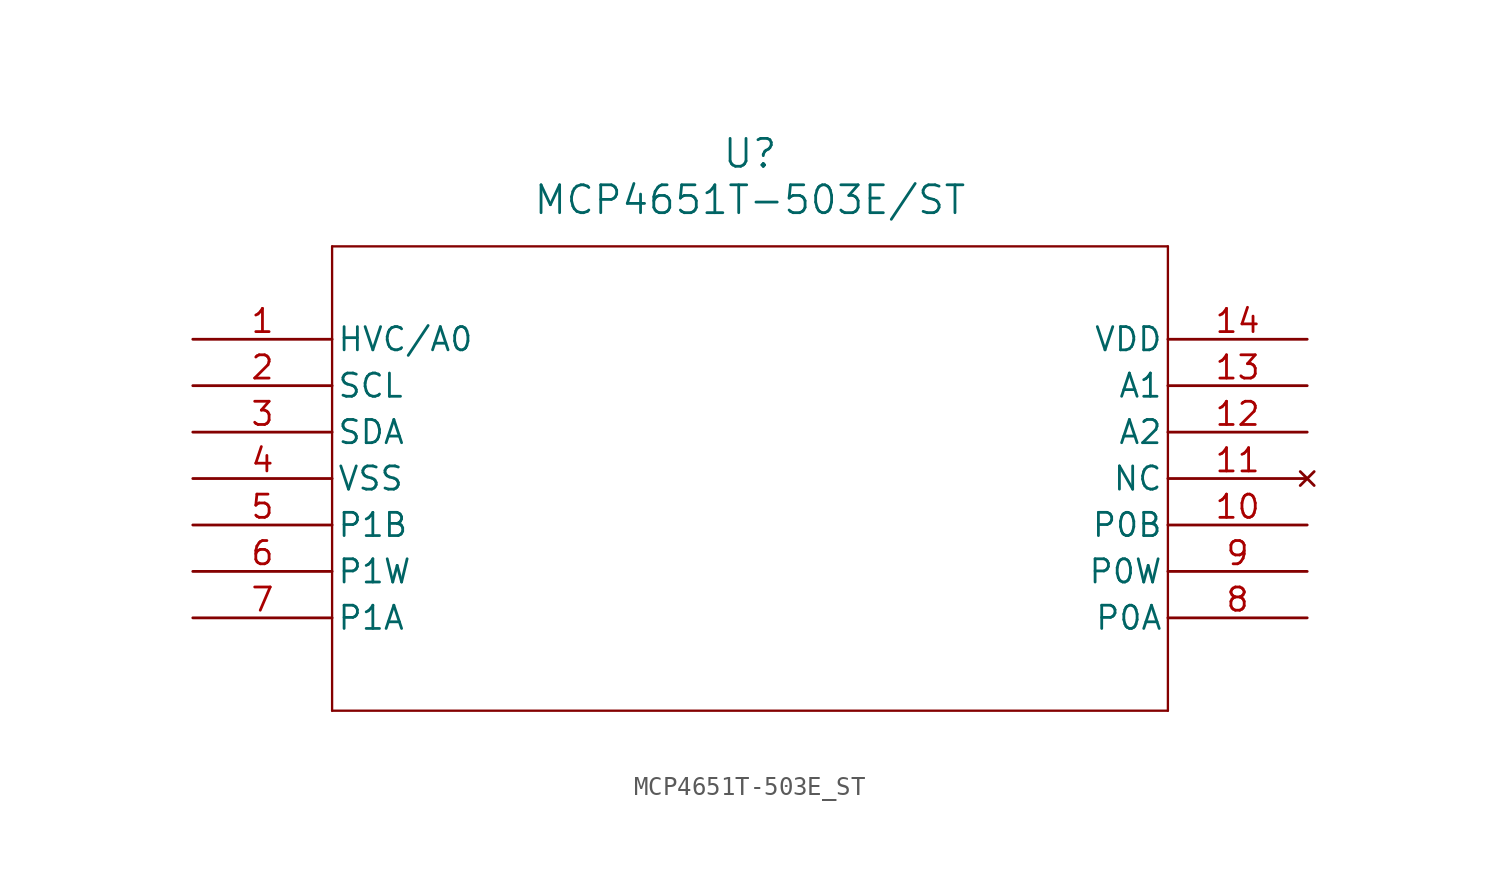
<source format=kicad_sym>
(kicad_symbol_lib
  (version 20211014)
  (generator kicad_symbol_editor)
  (symbol "MCP4651T-503E_ST"
    (pin_names
      (offset 0.254))
    (property "Reference" "U"
      (at 30.48 10.16 0)
      (effects (font (size 1.524 1.524))))
    (property "Value" "MCP4651T-503E/ST"
      (at 30.48 7.62 0)
      (effects (font (size 1.524 1.524))))
    (symbol "MCP4651T-503E_ST_0_1"
      (polyline (pts (xy 7.62 5.08) (xy 7.62 -20.32)) (stroke (width 0.127) (type default) (color 0 0 0 0)) (fill (type none)))
      (polyline (pts (xy 7.62 -20.32) (xy 53.34 -20.32)) (stroke (width 0.127) (type default) (color 0 0 0 0)) (fill (type none)))
      (polyline (pts (xy 53.34 -20.32) (xy 53.34 5.08)) (stroke (width 0.127) (type default) (color 0 0 0 0)) (fill (type none)))
      (polyline (pts (xy 53.34 5.08) (xy 7.62 5.08)) (stroke (width 0.127) (type default) (color 0 0 0 0)) (fill (type none)))
      (pin input line (at 0 0 0) (length 7.62) (name "HVC/A0" (effects (font (size 1.27 1.27)))) (number "1" (effects (font (size 1.27 1.27)))))
      (pin input line (at 0 -2.54 0) (length 7.62) (name "SCL" (effects (font (size 1.27 1.27)))) (number "2" (effects (font (size 1.27 1.27)))))
      (pin bidirectional line (at 0 -5.08 0) (length 7.62) (name "SDA" (effects (font (size 1.27 1.27)))) (number "3" (effects (font (size 1.27 1.27)))))
      (pin power_in line (at 0 -7.62 0) (length 7.62) (name "VSS" (effects (font (size 1.27 1.27)))) (number "4" (effects (font (size 1.27 1.27)))))
      (pin unspecified line (at 0 -10.16 0) (length 7.62) (name "P1B" (effects (font (size 1.27 1.27)))) (number "5" (effects (font (size 1.27 1.27)))))
      (pin unspecified line (at 0 -12.7 0) (length 7.62) (name "P1W" (effects (font (size 1.27 1.27)))) (number "6" (effects (font (size 1.27 1.27)))))
      (pin unspecified line (at 0 -15.24 0) (length 7.62) (name "P1A" (effects (font (size 1.27 1.27)))) (number "7" (effects (font (size 1.27 1.27)))))
      (pin unspecified line (at 60.96 -15.24 180) (length 7.62) (name "P0A" (effects (font (size 1.27 1.27)))) (number "8" (effects (font (size 1.27 1.27)))))
      (pin unspecified line (at 60.96 -12.7 180) (length 7.62) (name "P0W" (effects (font (size 1.27 1.27)))) (number "9" (effects (font (size 1.27 1.27)))))
      (pin unspecified line (at 60.96 -10.16 180) (length 7.62) (name "P0B" (effects (font (size 1.27 1.27)))) (number "10" (effects (font (size 1.27 1.27)))))
      (pin no_connect line (at 60.96 -7.62 180) (length 7.62) (name "NC" (effects (font (size 1.27 1.27)))) (number "11" (effects (font (size 1.27 1.27)))))
      (pin input line (at 60.96 -5.08 180) (length 7.62) (name "A2" (effects (font (size 1.27 1.27)))) (number "12" (effects (font (size 1.27 1.27)))))
      (pin input line (at 60.96 -2.54 180) (length 7.62) (name "A1" (effects (font (size 1.27 1.27)))) (number "13" (effects (font (size 1.27 1.27)))))
      (pin power_in line (at 60.96 0 180) (length 7.62) (name "VDD" (effects (font (size 1.27 1.27)))) (number "14" (effects (font (size 1.27 1.27))))))))
</source>
